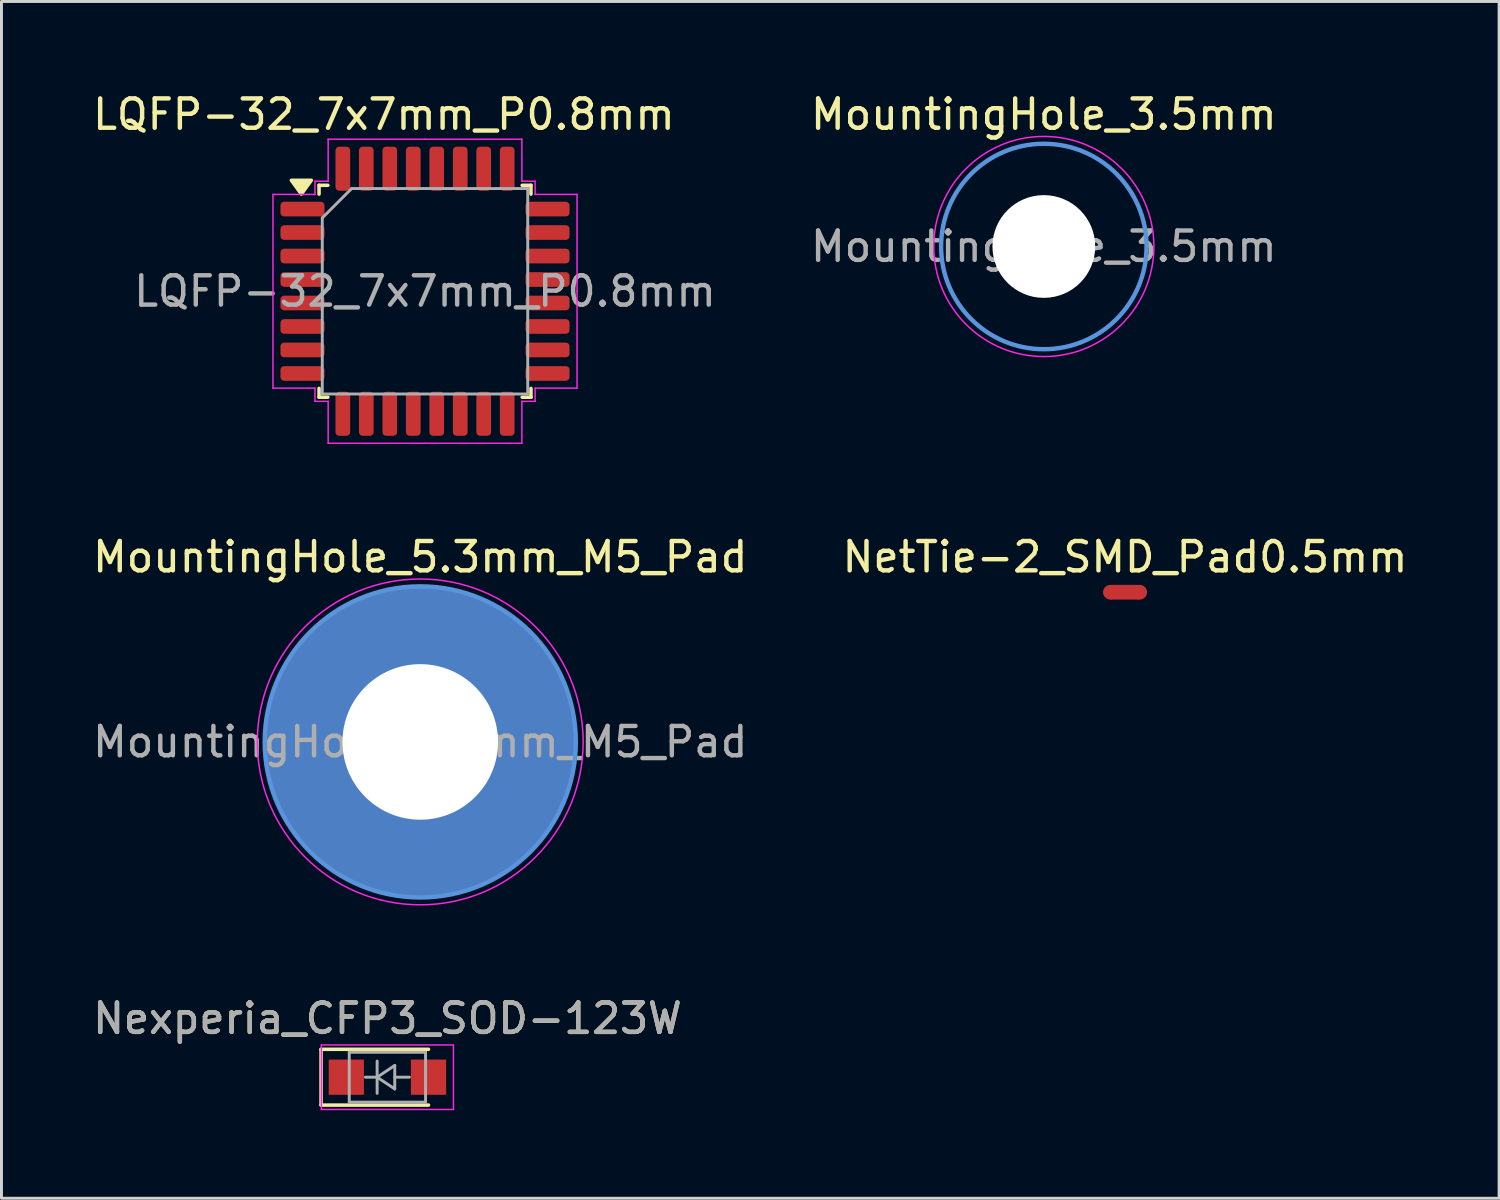
<source format=kicad_pcb>
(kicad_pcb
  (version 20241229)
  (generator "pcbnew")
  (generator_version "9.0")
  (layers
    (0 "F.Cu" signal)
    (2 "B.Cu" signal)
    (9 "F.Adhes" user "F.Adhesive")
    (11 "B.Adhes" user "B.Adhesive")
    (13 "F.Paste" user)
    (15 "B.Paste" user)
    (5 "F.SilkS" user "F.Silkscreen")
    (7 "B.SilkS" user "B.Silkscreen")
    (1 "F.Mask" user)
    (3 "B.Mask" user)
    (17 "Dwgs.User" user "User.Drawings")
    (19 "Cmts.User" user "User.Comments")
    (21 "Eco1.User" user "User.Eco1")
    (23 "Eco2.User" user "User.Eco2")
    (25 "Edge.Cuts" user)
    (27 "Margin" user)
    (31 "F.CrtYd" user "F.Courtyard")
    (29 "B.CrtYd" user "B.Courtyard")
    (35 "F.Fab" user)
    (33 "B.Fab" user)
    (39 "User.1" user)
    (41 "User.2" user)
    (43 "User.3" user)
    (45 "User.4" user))
  (footprint "NetTie-2_SMD_Pad0.5mm"
    (layer "F.Cu")
    (at 35.28 17.127)
    (property "Reference" "NetTie-2_SMD_Pad0.5mm" (at 0 -1.2 0) (layer "F.SilkS") (effects (font (size 1 1) (thickness 0.15))))
    (attr exclude_from_pos_files exclude_from_bom allow_missing_courtyard)
    (fp_poly (pts (xy -0.5 -0.25) (xy 0.5 -0.25) (xy 0.5 0.25) (xy -0.5 0.25)) (stroke (width 0) (type solid)) (fill yes) (layer "F.Cu"))
    (pad "1" smd circle (at -0.5 0) (size 0.5 0.5) (layers "F.Cu"))
    (pad "2" smd circle (at 0.5 0) (size 0.5 0.5) (layers "F.Cu")))
  (footprint "Nexperia_CFP3_SOD-123W"
    (layer "F.Cu")
    (at 10.149 33.65)
    (property "Reference" "Nexperia_CFP3_SOD-123W" (at 0 -2 180) (layer "F.SilkS") (effects (font (size 1 1) (thickness 0.15))))
    (attr smd)
    (fp_line (start -2.26 -0.95) (end -2.26 0.95) (stroke (width 0.12) (type solid)) (layer "F.SilkS"))
    (fp_line (start -2.26 -0.95) (end 1.4 -0.95) (stroke (width 0.12) (type solid)) (layer "F.SilkS"))
    (fp_line (start -2.26 0.95) (end 1.4 0.95) (stroke (width 0.12) (type solid)) (layer "F.SilkS"))
    (fp_line (start -2.25 -1.1) (end -2.25 1.1) (stroke (width 0.05) (type solid)) (layer "F.CrtYd"))
    (fp_line (start -2.25 -1.1) (end 2.25 -1.1) (stroke (width 0.05) (type solid)) (layer "F.CrtYd"))
    (fp_line (start 2.25 -1.1) (end 2.25 1.1) (stroke (width 0.05) (type solid)) (layer "F.CrtYd"))
    (fp_line (start 2.25 1.1) (end -2.25 1.1) (stroke (width 0.05) (type solid)) (layer "F.CrtYd"))
    (fp_line (start -1.3 -0.85) (end 1.3 -0.85) (stroke (width 0.1) (type solid)) (layer "F.Fab"))
    (fp_line (start -1.3 0.85) (end -1.3 -0.85) (stroke (width 0.1) (type solid)) (layer "F.Fab"))
    (fp_line (start -0.75 0) (end -0.35 0) (stroke (width 0.1) (type solid)) (layer "F.Fab"))
    (fp_line (start -0.35 -0.55) (end -0.35 0.55) (stroke (width 0.1) (type solid)) (layer "F.Fab"))
    (fp_line (start -0.35 0) (end 0.25 -0.4) (stroke (width 0.1) (type solid)) (layer "F.Fab"))
    (fp_line (start -0.35 0) (end 0.25 0.4) (stroke (width 0.1) (type solid)) (layer "F.Fab"))
    (fp_line (start 0.25 -0.4) (end 0.25 0.4) (stroke (width 0.1) (type solid)) (layer "F.Fab"))
    (fp_line (start 0.75 0) (end 0.25 0) (stroke (width 0.1) (type solid)) (layer "F.Fab"))
    (fp_line (start 1.3 -0.85) (end 1.3 0.85) (stroke (width 0.1) (type solid)) (layer "F.Fab"))
    (fp_line (start 1.3 0.85) (end -1.3 0.85) (stroke (width 0.1) (type solid)) (layer "F.Fab"))
    (fp_text user "${REFERENCE}" (at 0 -2 180) (layer "F.Fab") (effects (font (size 1 1) (thickness 0.15))))
    (pad "1" smd rect (at -1.4 0) (size 1.2 1.2) (layers "F.Cu" "F.Mask" "F.Paste"))
    (pad "2" smd rect (at 1.4 0) (size 1.2 1.2) (layers "F.Cu" "F.Mask" "F.Paste")))
  (footprint "MountingHole_5.3mm_M5_Pad"
    (layer "F.Cu")
    (at 11.268 22.227)
    (property "Reference" "MountingHole_5.3mm_M5_Pad" (at 0 -6.3 0) (layer "F.SilkS") (effects (font (size 1 1) (thickness 0.15))))
    (attr exclude_from_pos_files exclude_from_bom)
    (fp_circle (center 0 0) (end 5.3 0) (stroke (width 0.15) (type solid)) (fill no) (layer "Cmts.User"))
    (fp_circle (center 0 0) (end 5.55 0) (stroke (width 0.05) (type solid)) (fill no) (layer "F.CrtYd"))
    (fp_text user "${REFERENCE}" (at 0 0 0) (layer "F.Fab") (effects (font (size 1 1) (thickness 0.15))))
    (pad "1" thru_hole circle (at 0 0) (size 10.6 10.6) (drill 5.3) (layers "*.Cu" "*.Mask")))
  (footprint "MountingHole_3.5mm"
    (layer "F.Cu")
    (at 32.513 5.348)
    (property "Reference" "MountingHole_3.5mm" (at 0 -4.5 0) (layer "F.SilkS") (effects (font (size 1 1) (thickness 0.15))))
    (attr exclude_from_pos_files exclude_from_bom)
    (fp_circle (center 0 0) (end 3.5 0) (stroke (width 0.15) (type solid)) (fill no) (layer "Cmts.User"))
    (fp_circle (center 0 0) (end 3.75 0) (stroke (width 0.05) (type solid)) (fill no) (layer "F.CrtYd"))
    (fp_text user "${REFERENCE}" (at 0 0 0) (layer "F.Fab") (effects (font (size 1 1) (thickness 0.15))))
    (pad "" np_thru_hole circle (at 0 0) (size 3.5 3.5) (drill 3.5) (layers "*.Cu" "*.Mask"))
    (zone (net_name "") (layers "F.Cu" "B.Cu" "F.CrtYd") (hatch edge 0.5) (connect_pads) (min_thickness 0.25) (filled_areas_thickness no) (keepout (tracks not_allowed) (vias not_allowed) (pads allowed) (copperpour not_allowed) (footprints allowed)) (placement (enabled no)) (fill) (polygon (pts (xy 36.113 5.348) (xy 36.093 4.972) (xy 36.034 4.6) (xy 35.937 4.236) (xy 35.802 3.884) (xy 35.631 3.548) (xy 35.426 3.232) (xy 35.188 2.939) (xy 34.922 2.673) (xy 34.629 2.436) (xy 34.313 2.231) (xy 33.977 2.059) (xy 33.626 1.924) (xy 33.262 1.827) (xy 32.889 1.768) (xy 32.513 1.748) (xy 32.137 1.768) (xy 31.765 1.827) (xy 31.401 1.924) (xy 31.049 2.059) (xy 30.713 2.231) (xy 30.397 2.436) (xy 30.104 2.673) (xy 29.838 2.939) (xy 29.601 3.232) (xy 29.395 3.548) (xy 29.224 3.884) (xy 29.089 4.236) (xy 28.992 4.6) (xy 28.933 4.972) (xy 28.913 5.348) (xy 28.933 5.725) (xy 28.992 6.097) (xy 29.089 6.461) (xy 29.224 6.813) (xy 29.395 7.148) (xy 29.601 7.464) (xy 29.838 7.757) (xy 30.104 8.024) (xy 30.397 8.261) (xy 30.713 8.466) (xy 31.049 8.637) (xy 31.401 8.772) (xy 31.765 8.87) (xy 32.137 8.929) (xy 32.513 8.948) (xy 32.889 8.929) (xy 33.262 8.87) (xy 33.626 8.772) (xy 33.977 8.637) (xy 34.313 8.466) (xy 34.629 8.261) (xy 34.922 8.024) (xy 35.188 7.757) (xy 35.426 7.464) (xy 35.631 7.148) (xy 35.802 6.813) (xy 35.937 6.461) (xy 36.034 6.097) (xy 36.093 5.725)))))
  (footprint "LQFP-32_7x7mm_P0.8mm"
    (layer "F.Cu")
    (at 11.43 6.873)
    (property "Reference" "LQFP-32_7x7mm_P0.8mm" (at -1.4 -6.025 0) (layer "F.SilkS") (effects (font (size 1 1) (thickness 0.15))))
    (attr smd)
    (fp_line (start -3.61 -3.61) (end -3.61 -3.31) (stroke (width 0.12) (type solid)) (layer "F.SilkS"))
    (fp_line (start -3.61 3.61) (end -3.61 3.31) (stroke (width 0.12) (type solid)) (layer "F.SilkS"))
    (fp_line (start -3.31 -3.61) (end -3.61 -3.61) (stroke (width 0.12) (type solid)) (layer "F.SilkS"))
    (fp_line (start -3.31 3.61) (end -3.61 3.61) (stroke (width 0.12) (type solid)) (layer "F.SilkS"))
    (fp_line (start 3.31 -3.61) (end 3.61 -3.61) (stroke (width 0.12) (type solid)) (layer "F.SilkS"))
    (fp_line (start 3.31 3.61) (end 3.61 3.61) (stroke (width 0.12) (type solid)) (layer "F.SilkS"))
    (fp_line (start 3.61 -3.61) (end 3.61 -3.31) (stroke (width 0.12) (type solid)) (layer "F.SilkS"))
    (fp_line (start 3.61 3.61) (end 3.61 3.31) (stroke (width 0.12) (type solid)) (layer "F.SilkS"))
    (fp_poly (pts (xy -4.213 -3.31) (xy -4.553 -3.78) (xy -3.873 -3.78) (xy -4.213 -3.31)) (stroke (width 0.12) (type solid)) (fill yes) (layer "F.SilkS"))
    (fp_line (start -5.18 -3.3) (end -5.18 0) (stroke (width 0.05) (type solid)) (layer "F.CrtYd"))
    (fp_line (start -5.18 3.3) (end -5.18 0) (stroke (width 0.05) (type solid)) (layer "F.CrtYd"))
    (fp_line (start -3.75 -3.75) (end -3.75 -3.3) (stroke (width 0.05) (type solid)) (layer "F.CrtYd"))
    (fp_line (start -3.75 -3.3) (end -5.18 -3.3) (stroke (width 0.05) (type solid)) (layer "F.CrtYd"))
    (fp_line (start -3.75 3.3) (end -5.18 3.3) (stroke (width 0.05) (type solid)) (layer "F.CrtYd"))
    (fp_line (start -3.75 3.75) (end -3.75 3.3) (stroke (width 0.05) (type solid)) (layer "F.CrtYd"))
    (fp_line (start -3.3 -5.18) (end -3.3 -3.75) (stroke (width 0.05) (type solid)) (layer "F.CrtYd"))
    (fp_line (start -3.3 -3.75) (end -3.75 -3.75) (stroke (width 0.05) (type solid)) (layer "F.CrtYd"))
    (fp_line (start -3.3 3.75) (end -3.75 3.75) (stroke (width 0.05) (type solid)) (layer "F.CrtYd"))
    (fp_line (start -3.3 5.18) (end -3.3 3.75) (stroke (width 0.05) (type solid)) (layer "F.CrtYd"))
    (fp_line (start 0 -5.18) (end -3.3 -5.18) (stroke (width 0.05) (type solid)) (layer "F.CrtYd"))
    (fp_line (start 0 -5.18) (end 3.3 -5.18) (stroke (width 0.05) (type solid)) (layer "F.CrtYd"))
    (fp_line (start 0 5.18) (end -3.3 5.18) (stroke (width 0.05) (type solid)) (layer "F.CrtYd"))
    (fp_line (start 0 5.18) (end 3.3 5.18) (stroke (width 0.05) (type solid)) (layer "F.CrtYd"))
    (fp_line (start 3.3 -5.18) (end 3.3 -3.75) (stroke (width 0.05) (type solid)) (layer "F.CrtYd"))
    (fp_line (start 3.3 -3.75) (end 3.75 -3.75) (stroke (width 0.05) (type solid)) (layer "F.CrtYd"))
    (fp_line (start 3.3 3.75) (end 3.75 3.75) (stroke (width 0.05) (type solid)) (layer "F.CrtYd"))
    (fp_line (start 3.3 5.18) (end 3.3 3.75) (stroke (width 0.05) (type solid)) (layer "F.CrtYd"))
    (fp_line (start 3.75 -3.75) (end 3.75 -3.3) (stroke (width 0.05) (type solid)) (layer "F.CrtYd"))
    (fp_line (start 3.75 -3.3) (end 5.18 -3.3) (stroke (width 0.05) (type solid)) (layer "F.CrtYd"))
    (fp_line (start 3.75 3.3) (end 5.18 3.3) (stroke (width 0.05) (type solid)) (layer "F.CrtYd"))
    (fp_line (start 3.75 3.75) (end 3.75 3.3) (stroke (width 0.05) (type solid)) (layer "F.CrtYd"))
    (fp_line (start 5.18 -3.3) (end 5.18 0) (stroke (width 0.05) (type solid)) (layer "F.CrtYd"))
    (fp_line (start 5.18 3.3) (end 5.18 0) (stroke (width 0.05) (type solid)) (layer "F.CrtYd"))
    (fp_line (start -3.5 -2.5) (end -2.5 -3.5) (stroke (width 0.1) (type solid)) (layer "F.Fab"))
    (fp_line (start -3.5 3.5) (end -3.5 -2.5) (stroke (width 0.1) (type solid)) (layer "F.Fab"))
    (fp_line (start -2.5 -3.5) (end 3.5 -3.5) (stroke (width 0.1) (type solid)) (layer "F.Fab"))
    (fp_line (start 3.5 -3.5) (end 3.5 3.5) (stroke (width 0.1) (type solid)) (layer "F.Fab"))
    (fp_line (start 3.5 3.5) (end -3.5 3.5) (stroke (width 0.1) (type solid)) (layer "F.Fab"))
    (fp_text user "${REFERENCE}" (at 0 0 0) (layer "F.Fab") (effects (font (size 1 1) (thickness 0.15))))
    (pad "1" smd roundrect (at -4.175 -2.8) (size 1.5 0.5) (layers "F.Cu" "F.Mask" "F.Paste") (roundrect_rratio 0.25))
    (pad "2" smd roundrect (at -4.175 -2) (size 1.5 0.5) (layers "F.Cu" "F.Mask" "F.Paste") (roundrect_rratio 0.25))
    (pad "3" smd roundrect (at -4.175 -1.2) (size 1.5 0.5) (layers "F.Cu" "F.Mask" "F.Paste") (roundrect_rratio 0.25))
    (pad "4" smd roundrect (at -4.175 -0.4) (size 1.5 0.5) (layers "F.Cu" "F.Mask" "F.Paste") (roundrect_rratio 0.25))
    (pad "5" smd roundrect (at -4.175 0.4) (size 1.5 0.5) (layers "F.Cu" "F.Mask" "F.Paste") (roundrect_rratio 0.25))
    (pad "6" smd roundrect (at -4.175 1.2) (size 1.5 0.5) (layers "F.Cu" "F.Mask" "F.Paste") (roundrect_rratio 0.25))
    (pad "7" smd roundrect (at -4.175 2) (size 1.5 0.5) (layers "F.Cu" "F.Mask" "F.Paste") (roundrect_rratio 0.25))
    (pad "8" smd roundrect (at -4.175 2.8) (size 1.5 0.5) (layers "F.Cu" "F.Mask" "F.Paste") (roundrect_rratio 0.25))
    (pad "9" smd roundrect (at -2.8 4.175) (size 0.5 1.5) (layers "F.Cu" "F.Mask" "F.Paste") (roundrect_rratio 0.25))
    (pad "10" smd roundrect (at -2 4.175) (size 0.5 1.5) (layers "F.Cu" "F.Mask" "F.Paste") (roundrect_rratio 0.25))
    (pad "11" smd roundrect (at -1.2 4.175) (size 0.5 1.5) (layers "F.Cu" "F.Mask" "F.Paste") (roundrect_rratio 0.25))
    (pad "12" smd roundrect (at -0.4 4.175) (size 0.5 1.5) (layers "F.Cu" "F.Mask" "F.Paste") (roundrect_rratio 0.25))
    (pad "13" smd roundrect (at 0.4 4.175) (size 0.5 1.5) (layers "F.Cu" "F.Mask" "F.Paste") (roundrect_rratio 0.25))
    (pad "14" smd roundrect (at 1.2 4.175) (size 0.5 1.5) (layers "F.Cu" "F.Mask" "F.Paste") (roundrect_rratio 0.25))
    (pad "15" smd roundrect (at 2 4.175) (size 0.5 1.5) (layers "F.Cu" "F.Mask" "F.Paste") (roundrect_rratio 0.25))
    (pad "16" smd roundrect (at 2.8 4.175) (size 0.5 1.5) (layers "F.Cu" "F.Mask" "F.Paste") (roundrect_rratio 0.25))
    (pad "17" smd roundrect (at 4.175 2.8) (size 1.5 0.5) (layers "F.Cu" "F.Mask" "F.Paste") (roundrect_rratio 0.25))
    (pad "18" smd roundrect (at 4.175 2) (size 1.5 0.5) (layers "F.Cu" "F.Mask" "F.Paste") (roundrect_rratio 0.25))
    (pad "19" smd roundrect (at 4.175 1.2) (size 1.5 0.5) (layers "F.Cu" "F.Mask" "F.Paste") (roundrect_rratio 0.25))
    (pad "20" smd roundrect (at 4.175 0.4) (size 1.5 0.5) (layers "F.Cu" "F.Mask" "F.Paste") (roundrect_rratio 0.25))
    (pad "21" smd roundrect (at 4.175 -0.4) (size 1.5 0.5) (layers "F.Cu" "F.Mask" "F.Paste") (roundrect_rratio 0.25))
    (pad "22" smd roundrect (at 4.175 -1.2) (size 1.5 0.5) (layers "F.Cu" "F.Mask" "F.Paste") (roundrect_rratio 0.25))
    (pad "23" smd roundrect (at 4.175 -2) (size 1.5 0.5) (layers "F.Cu" "F.Mask" "F.Paste") (roundrect_rratio 0.25))
    (pad "24" smd roundrect (at 4.175 -2.8) (size 1.5 0.5) (layers "F.Cu" "F.Mask" "F.Paste") (roundrect_rratio 0.25))
    (pad "25" smd roundrect (at 2.8 -4.175) (size 0.5 1.5) (layers "F.Cu" "F.Mask" "F.Paste") (roundrect_rratio 0.25))
    (pad "26" smd roundrect (at 2 -4.175) (size 0.5 1.5) (layers "F.Cu" "F.Mask" "F.Paste") (roundrect_rratio 0.25))
    (pad "27" smd roundrect (at 1.2 -4.175) (size 0.5 1.5) (layers "F.Cu" "F.Mask" "F.Paste") (roundrect_rratio 0.25))
    (pad "28" smd roundrect (at 0.4 -4.175) (size 0.5 1.5) (layers "F.Cu" "F.Mask" "F.Paste") (roundrect_rratio 0.25))
    (pad "29" smd roundrect (at -0.4 -4.175) (size 0.5 1.5) (layers "F.Cu" "F.Mask" "F.Paste") (roundrect_rratio 0.25))
    (pad "30" smd roundrect (at -1.2 -4.175) (size 0.5 1.5) (layers "F.Cu" "F.Mask" "F.Paste") (roundrect_rratio 0.25))
    (pad "31" smd roundrect (at -2 -4.175) (size 0.5 1.5) (layers "F.Cu" "F.Mask" "F.Paste") (roundrect_rratio 0.25))
    (pad "32" smd roundrect (at -2.8 -4.175) (size 0.5 1.5) (layers "F.Cu" "F.Mask" "F.Paste") (roundrect_rratio 0.25)))
  (gr_rect
    (start -3 -3)
    (end 48.024 37.775)
    (stroke (width 0.1) (type default))
    (fill no)
    (layer "Edge.Cuts")))
</source>
